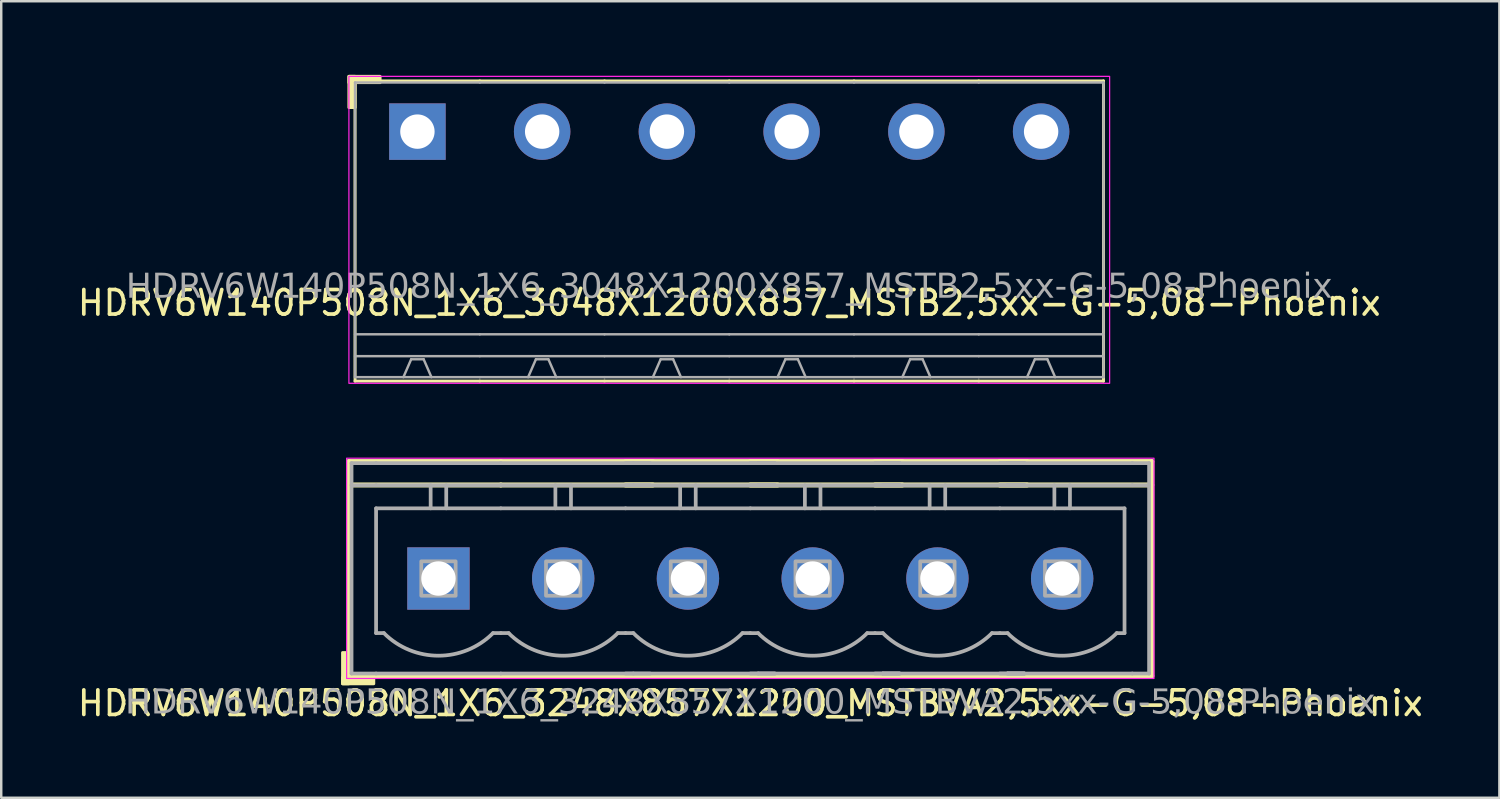
<source format=kicad_pcb>
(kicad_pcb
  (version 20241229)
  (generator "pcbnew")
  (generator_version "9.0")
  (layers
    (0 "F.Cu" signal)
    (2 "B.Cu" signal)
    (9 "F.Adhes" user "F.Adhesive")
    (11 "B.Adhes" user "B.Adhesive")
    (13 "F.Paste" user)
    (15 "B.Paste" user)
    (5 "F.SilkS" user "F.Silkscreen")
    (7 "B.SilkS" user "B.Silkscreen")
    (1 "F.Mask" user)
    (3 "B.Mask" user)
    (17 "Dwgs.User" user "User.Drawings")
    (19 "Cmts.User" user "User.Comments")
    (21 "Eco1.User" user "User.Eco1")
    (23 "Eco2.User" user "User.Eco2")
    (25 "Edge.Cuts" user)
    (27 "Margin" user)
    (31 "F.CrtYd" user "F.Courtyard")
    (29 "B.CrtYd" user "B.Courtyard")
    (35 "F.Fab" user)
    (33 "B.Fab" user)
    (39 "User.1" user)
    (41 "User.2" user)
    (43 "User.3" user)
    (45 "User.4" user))
  (footprint "HDRV6W140P508N_1X6_3048X1200X857_MSTB2,5xx-G-5,08-Phoenix"
    (layer "F.Cu")
    (at 26.649 2.31)
    (property "Reference" "HDRV6W140P508N_1X6_3048X1200X857_MSTB2,5xx-G-5,08-Phoenix" (at 0 6.975 0) (layer "F.SilkS") (effects (font (size 1 1) (thickness 0.15))))
    (attr through_hole)
    (fp_line (start -15.24 -2.065) (end -15.24 10.16) (stroke (width 0.12) (type solid)) (layer "F.SilkS"))
    (fp_line (start -15.24 10.16) (end -10.16 10.16) (stroke (width 0.12) (type solid)) (layer "F.SilkS"))
    (fp_line (start -10.16 -2.065) (end -15.24 -2.065) (stroke (width 0.12) (type solid)) (layer "F.SilkS"))
    (fp_line (start -10.16 -2.065) (end -5.08 -2.065) (stroke (width 0.12) (type solid)) (layer "F.SilkS"))
    (fp_line (start -5.08 -2.065) (end 0 -2.065) (stroke (width 0.12) (type solid)) (layer "F.SilkS"))
    (fp_line (start -5.08 10.16) (end -10.16 10.16) (stroke (width 0.12) (type solid)) (layer "F.SilkS"))
    (fp_line (start 0 -2.065) (end 5.08 -2.065) (stroke (width 0.12) (type solid)) (layer "F.SilkS"))
    (fp_line (start 0 10.16) (end -5.08 10.16) (stroke (width 0.12) (type solid)) (layer "F.SilkS"))
    (fp_line (start 5.08 -2.065) (end 10.16 -2.065) (stroke (width 0.12) (type solid)) (layer "F.SilkS"))
    (fp_line (start 5.08 10.16) (end 0 10.16) (stroke (width 0.12) (type solid)) (layer "F.SilkS"))
    (fp_line (start 10.16 -2.065) (end 15.24 -2.065) (stroke (width 0.12) (type solid)) (layer "F.SilkS"))
    (fp_line (start 10.16 10.16) (end 5.08 10.16) (stroke (width 0.12) (type solid)) (layer "F.SilkS"))
    (fp_line (start 15.24 -2.065) (end 15.24 10.16) (stroke (width 0.12) (type solid)) (layer "F.SilkS"))
    (fp_line (start 15.24 10.16) (end 10.16 10.16) (stroke (width 0.12) (type solid)) (layer "F.SilkS"))
    (fp_rect (start -15.49 -2.25) (end -15.236 -0.98) (stroke (width 0.12) (type solid)) (fill yes) (layer "F.SilkS"))
    (fp_rect (start -15.49 -2.25) (end -14.22 -1.996) (stroke (width 0.12) (type solid)) (fill yes) (layer "F.SilkS"))
    (fp_rect (start -15.49 -2.25) (end 15.49 10.25) (stroke (width 0.05) (type default)) (fill no) (layer "F.CrtYd"))
    (fp_line (start -15.24 -2) (end -15.24 10) (stroke (width 0.1) (type solid)) (layer "F.Fab"))
    (fp_line (start -12.954 9.271) (end -13.271 10) (stroke (width 0.1) (type default)) (layer "F.Fab"))
    (fp_line (start -12.446 9.271) (end -12.954 9.271) (stroke (width 0.1) (type default)) (layer "F.Fab"))
    (fp_line (start -12.446 9.271) (end -12.129 10) (stroke (width 0.1) (type default)) (layer "F.Fab"))
    (fp_line (start -10.16 -2) (end -15.24 -2) (stroke (width 0.1) (type solid)) (layer "F.Fab"))
    (fp_line (start -10.16 -2) (end -5.08 -2) (stroke (width 0.1) (type solid)) (layer "F.Fab"))
    (fp_line (start -10.16 8.255) (end -15.24 8.255) (stroke (width 0.1) (type solid)) (layer "F.Fab"))
    (fp_line (start -10.16 8.255) (end -5.08 8.255) (stroke (width 0.1) (type solid)) (layer "F.Fab"))
    (fp_line (start -10.16 9.144) (end -15.24 9.144) (stroke (width 0.1) (type solid)) (layer "F.Fab"))
    (fp_line (start -10.16 9.144) (end -5.08 9.144) (stroke (width 0.1) (type solid)) (layer "F.Fab"))
    (fp_line (start -10.16 10) (end -15.24 10) (stroke (width 0.1) (type solid)) (layer "F.Fab"))
    (fp_line (start -10.16 10) (end -5.08 10) (stroke (width 0.1) (type solid)) (layer "F.Fab"))
    (fp_line (start -7.874 9.271) (end -8.191 10) (stroke (width 0.1) (type default)) (layer "F.Fab"))
    (fp_line (start -7.366 9.271) (end -7.874 9.271) (stroke (width 0.1) (type default)) (layer "F.Fab"))
    (fp_line (start -7.366 9.271) (end -7.048 10) (stroke (width 0.1) (type default)) (layer "F.Fab"))
    (fp_line (start -5.08 -2) (end 0 -2) (stroke (width 0.1) (type solid)) (layer "F.Fab"))
    (fp_line (start -5.08 8.255) (end 0 8.255) (stroke (width 0.1) (type solid)) (layer "F.Fab"))
    (fp_line (start -5.08 9.144) (end 0 9.144) (stroke (width 0.1) (type solid)) (layer "F.Fab"))
    (fp_line (start -5.08 10) (end 0 10) (stroke (width 0.1) (type solid)) (layer "F.Fab"))
    (fp_line (start -2.794 9.271) (end -3.111 10) (stroke (width 0.1) (type default)) (layer "F.Fab"))
    (fp_line (start -2.286 9.271) (end -2.794 9.271) (stroke (width 0.1) (type default)) (layer "F.Fab"))
    (fp_line (start -2.286 9.271) (end -1.968 10) (stroke (width 0.1) (type default)) (layer "F.Fab"))
    (fp_line (start 0 -2) (end 5.08 -2) (stroke (width 0.1) (type solid)) (layer "F.Fab"))
    (fp_line (start 0 8.255) (end 5.08 8.255) (stroke (width 0.1) (type solid)) (layer "F.Fab"))
    (fp_line (start 0 9.144) (end 5.08 9.144) (stroke (width 0.1) (type solid)) (layer "F.Fab"))
    (fp_line (start 0 10) (end 5.08 10) (stroke (width 0.1) (type solid)) (layer "F.Fab"))
    (fp_line (start 2.286 9.271) (end 1.968 10) (stroke (width 0.1) (type default)) (layer "F.Fab"))
    (fp_line (start 2.794 9.271) (end 2.286 9.271) (stroke (width 0.1) (type default)) (layer "F.Fab"))
    (fp_line (start 2.794 9.271) (end 3.111 10) (stroke (width 0.1) (type default)) (layer "F.Fab"))
    (fp_line (start 5.08 -2) (end 10.16 -2) (stroke (width 0.1) (type solid)) (layer "F.Fab"))
    (fp_line (start 5.08 8.255) (end 10.16 8.255) (stroke (width 0.1) (type solid)) (layer "F.Fab"))
    (fp_line (start 5.08 9.144) (end 10.16 9.144) (stroke (width 0.1) (type solid)) (layer "F.Fab"))
    (fp_line (start 5.08 10) (end 10.16 10) (stroke (width 0.1) (type solid)) (layer "F.Fab"))
    (fp_line (start 7.366 9.271) (end 7.048 10) (stroke (width 0.1) (type default)) (layer "F.Fab"))
    (fp_line (start 7.874 9.271) (end 7.366 9.271) (stroke (width 0.1) (type default)) (layer "F.Fab"))
    (fp_line (start 7.874 9.271) (end 8.191 10) (stroke (width 0.1) (type default)) (layer "F.Fab"))
    (fp_line (start 10.16 -2) (end 15.24 -2) (stroke (width 0.1) (type solid)) (layer "F.Fab"))
    (fp_line (start 10.16 8.255) (end 15.24 8.255) (stroke (width 0.1) (type solid)) (layer "F.Fab"))
    (fp_line (start 10.16 9.144) (end 15.24 9.144) (stroke (width 0.1) (type solid)) (layer "F.Fab"))
    (fp_line (start 10.16 10) (end 15.24 10) (stroke (width 0.1) (type solid)) (layer "F.Fab"))
    (fp_line (start 12.446 9.271) (end 12.129 10) (stroke (width 0.1) (type default)) (layer "F.Fab"))
    (fp_line (start 12.954 9.271) (end 12.446 9.271) (stroke (width 0.1) (type default)) (layer "F.Fab"))
    (fp_line (start 12.954 9.271) (end 13.271 10) (stroke (width 0.1) (type default)) (layer "F.Fab"))
    (fp_line (start 15.24 -2) (end 15.24 10) (stroke (width 0.1) (type solid)) (layer "F.Fab"))
    (fp_rect (start -12.954 -0.254) (end -12.446 0.254) (stroke (width 0.1) (type solid)) (fill no) (layer "F.Fab"))
    (fp_rect (start -7.366 -0.254) (end -7.874 0.254) (stroke (width 0.1) (type solid)) (fill no) (layer "F.Fab"))
    (fp_rect (start -2.286 -0.254) (end -2.794 0.254) (stroke (width 0.1) (type solid)) (fill no) (layer "F.Fab"))
    (fp_rect (start 2.794 -0.254) (end 2.286 0.254) (stroke (width 0.1) (type solid)) (fill no) (layer "F.Fab"))
    (fp_rect (start 7.874 -0.254) (end 7.366 0.254) (stroke (width 0.1) (type solid)) (fill no) (layer "F.Fab"))
    (fp_rect (start 12.954 -0.254) (end 12.446 0.254) (stroke (width 0.1) (type solid)) (fill no) (layer "F.Fab"))
    (fp_text user "${REFERENCE}" (at 0 6.35 0) (layer "F.Fab") (effects (font (face "Tahoma") (size 1 1) (thickness 0.15))))
    (pad "1" thru_hole rect (at -12.7 0) (size 2.3 2.3) (drill 1.4) (layers "*.Cu" "*.Mask"))
    (pad "2" thru_hole circle (at -7.62 0) (size 2.3 2.3) (drill 1.4) (layers "*.Cu" "*.Mask"))
    (pad "3" thru_hole circle (at -2.54 0) (size 2.3 2.3) (drill 1.4) (layers "*.Cu" "*.Mask"))
    (pad "4" thru_hole circle (at 2.54 0) (size 2.3 2.3) (drill 1.4) (layers "*.Cu" "*.Mask"))
    (pad "5" thru_hole circle (at 7.62 0) (size 2.3 2.3) (drill 1.4) (layers "*.Cu" "*.Mask"))
    (pad "6" thru_hole circle (at 12.7 0) (size 2.3 2.3) (drill 1.4) (layers "*.Cu" "*.Mask")))
  (footprint "HDRV6W140P508N_1X6_3248X857X1200_MSTBVA2,5xx-G-5,08-Phoenix"
    (layer "F.Cu")
    (at 27.506 20.51)
    (property "Reference" "HDRV6W140P508N_1X6_3248X857X1200_MSTBVA2,5xx-G-5,08-Phoenix" (at 0 5.08 0) (layer "F.SilkS") (effects (font (size 1 1) (thickness 0.15))))
    (attr through_hole)
    (fp_line (start -16.351 -4.763) (end -16.351 3.969) (stroke (width 0.203) (type solid)) (layer "F.SilkS"))
    (fp_line (start -16.351 -4.763) (end -10.16 -4.763) (stroke (width 0.203) (type solid)) (layer "F.SilkS"))
    (fp_line (start -16.351 -3.81) (end -10.16 -3.81) (stroke (width 0.203) (type solid)) (layer "F.SilkS"))
    (fp_line (start -16.351 3.969) (end -10.16 3.969) (stroke (width 0.203) (type solid)) (layer "F.SilkS"))
    (fp_line (start -3.969 -4.763) (end -10.16 -4.763) (stroke (width 0.203) (type solid)) (layer "F.SilkS"))
    (fp_line (start -3.969 -3.81) (end -10.16 -3.81) (stroke (width 0.203) (type solid)) (layer "F.SilkS"))
    (fp_line (start -3.969 3.969) (end -10.16 3.969) (stroke (width 0.203) (type solid)) (layer "F.SilkS"))
    (fp_line (start 1.111 -4.763) (end -5.08 -4.763) (stroke (width 0.203) (type solid)) (layer "F.SilkS"))
    (fp_line (start 1.111 -3.81) (end -5.08 -3.81) (stroke (width 0.203) (type solid)) (layer "F.SilkS"))
    (fp_line (start 1.111 3.969) (end -5.08 3.969) (stroke (width 0.203) (type solid)) (layer "F.SilkS"))
    (fp_line (start 6.191 -4.763) (end 0 -4.763) (stroke (width 0.203) (type solid)) (layer "F.SilkS"))
    (fp_line (start 6.191 -3.81) (end 0 -3.81) (stroke (width 0.203) (type solid)) (layer "F.SilkS"))
    (fp_line (start 6.191 3.969) (end 0 3.969) (stroke (width 0.203) (type solid)) (layer "F.SilkS"))
    (fp_line (start 11.271 -4.763) (end 5.08 -4.763) (stroke (width 0.203) (type solid)) (layer "F.SilkS"))
    (fp_line (start 11.271 -3.81) (end 5.08 -3.81) (stroke (width 0.203) (type solid)) (layer "F.SilkS"))
    (fp_line (start 11.271 3.969) (end 5.08 3.969) (stroke (width 0.203) (type solid)) (layer "F.SilkS"))
    (fp_line (start 16.351 -4.763) (end 10.16 -4.763) (stroke (width 0.203) (type solid)) (layer "F.SilkS"))
    (fp_line (start 16.351 -4.763) (end 16.351 3.969) (stroke (width 0.203) (type solid)) (layer "F.SilkS"))
    (fp_line (start 16.351 -3.81) (end 10.16 -3.81) (stroke (width 0.203) (type solid)) (layer "F.SilkS"))
    (fp_line (start 16.351 3.969) (end 10.16 3.969) (stroke (width 0.203) (type solid)) (layer "F.SilkS"))
    (fp_rect (start -16.351 3.016) (end -16.605 4.286) (stroke (width 0.12) (type solid)) (fill yes) (layer "F.SilkS"))
    (fp_rect (start -15.335 4.286) (end -16.605 4.032) (stroke (width 0.12) (type solid)) (fill yes) (layer "F.SilkS"))
    (fp_rect (start -16.44 -4.9) (end 16.44 4.07) (stroke (width 0.05) (type default)) (fill no) (layer "F.CrtYd"))
    (fp_line (start -16.24 -4.7) (end -16.24 3.87) (stroke (width 0.152) (type solid)) (layer "F.Fab"))
    (fp_line (start -16.24 -3.8) (end -15.24 -3.8) (stroke (width 0.152) (type solid)) (layer "F.Fab"))
    (fp_line (start -15.24 -4.7) (end -16.24 -4.7) (stroke (width 0.152) (type solid)) (layer "F.Fab"))
    (fp_line (start -15.24 -4.7) (end -10.16 -4.7) (stroke (width 0.152) (type solid)) (layer "F.Fab"))
    (fp_line (start -15.24 -2.858) (end -10.16 -2.858) (stroke (width 0.152) (type default)) (layer "F.Fab"))
    (fp_line (start -15.24 2.222) (end -15.24 -2.858) (stroke (width 0.152) (type default)) (layer "F.Fab"))
    (fp_line (start -15.24 3.87) (end -16.24 3.87) (stroke (width 0.152) (type solid)) (layer "F.Fab"))
    (fp_line (start -15.24 3.87) (end -10.16 3.87) (stroke (width 0.152) (type solid)) (layer "F.Fab"))
    (fp_line (start -14.922 2.222) (end -15.24 2.222) (stroke (width 0.152) (type default)) (layer "F.Fab"))
    (fp_line (start -13.018 -3.8) (end -13.018 -2.858) (stroke (width 0.152) (type default)) (layer "F.Fab"))
    (fp_line (start -12.383 -3.8) (end -12.383 -2.858) (stroke (width 0.152) (type default)) (layer "F.Fab"))
    (fp_line (start -10.16 -4.7) (end -4.763 -4.7) (stroke (width 0.152) (type solid)) (layer "F.Fab"))
    (fp_line (start -10.16 -3.8) (end -15.24 -3.8) (stroke (width 0.152) (type solid)) (layer "F.Fab"))
    (fp_line (start -10.16 -2.858) (end -5.08 -2.858) (stroke (width 0.152) (type default)) (layer "F.Fab"))
    (fp_line (start -10.16 2.222) (end -10.477 2.222) (stroke (width 0.152) (type default)) (layer "F.Fab"))
    (fp_line (start -10.16 3.87) (end -4.763 3.87) (stroke (width 0.152) (type solid)) (layer "F.Fab"))
    (fp_line (start -9.842 2.222) (end -10.16 2.222) (stroke (width 0.152) (type default)) (layer "F.Fab"))
    (fp_line (start -7.938 -3.8) (end -7.938 -2.858) (stroke (width 0.152) (type default)) (layer "F.Fab"))
    (fp_line (start -7.303 -3.8) (end -7.303 -2.858) (stroke (width 0.152) (type default)) (layer "F.Fab"))
    (fp_line (start -5.08 -4.7) (end 0.318 -4.7) (stroke (width 0.152) (type solid)) (layer "F.Fab"))
    (fp_line (start -5.08 -2.858) (end 0 -2.858) (stroke (width 0.152) (type default)) (layer "F.Fab"))
    (fp_line (start -5.08 2.222) (end -5.397 2.222) (stroke (width 0.152) (type default)) (layer "F.Fab"))
    (fp_line (start -5.08 3.87) (end 0.318 3.87) (stroke (width 0.152) (type solid)) (layer "F.Fab"))
    (fp_line (start -4.763 -4.7) (end -4.08 -4.7) (stroke (width 0.152) (type solid)) (layer "F.Fab"))
    (fp_line (start -4.763 -3.8) (end -10.16 -3.8) (stroke (width 0.152) (type solid)) (layer "F.Fab"))
    (fp_line (start -4.763 2.222) (end -5.08 2.222) (stroke (width 0.152) (type default)) (layer "F.Fab"))
    (fp_line (start -4.763 3.87) (end -4.08 3.87) (stroke (width 0.152) (type solid)) (layer "F.Fab"))
    (fp_line (start -4.08 -3.8) (end -4.763 -3.8) (stroke (width 0.152) (type solid)) (layer "F.Fab"))
    (fp_line (start -2.857 -3.8) (end -2.857 -2.858) (stroke (width 0.152) (type default)) (layer "F.Fab"))
    (fp_line (start -2.223 -3.8) (end -2.223 -2.858) (stroke (width 0.152) (type default)) (layer "F.Fab"))
    (fp_line (start 0 -4.7) (end 5.397 -4.7) (stroke (width 0.152) (type solid)) (layer "F.Fab"))
    (fp_line (start 0 -2.857) (end 5.08 -2.857) (stroke (width 0.152) (type default)) (layer "F.Fab"))
    (fp_line (start 0 2.222) (end -0.318 2.222) (stroke (width 0.152) (type default)) (layer "F.Fab"))
    (fp_line (start 0 3.87) (end 5.397 3.87) (stroke (width 0.152) (type solid)) (layer "F.Fab"))
    (fp_line (start 0.318 -4.7) (end 1 -4.7) (stroke (width 0.152) (type solid)) (layer "F.Fab"))
    (fp_line (start 0.318 -4.7) (end 1 -4.7) (stroke (width 0.152) (type solid)) (layer "F.Fab"))
    (fp_line (start 0.318 -3.8) (end -5.08 -3.8) (stroke (width 0.152) (type solid)) (layer "F.Fab"))
    (fp_line (start 0.318 2.223) (end 0 2.223) (stroke (width 0.152) (type default)) (layer "F.Fab"))
    (fp_line (start 0.318 3.87) (end 1 3.87) (stroke (width 0.152) (type solid)) (layer "F.Fab"))
    (fp_line (start 0.318 3.87) (end 1 3.87) (stroke (width 0.152) (type solid)) (layer "F.Fab"))
    (fp_line (start 1 -3.8) (end 0.318 -3.8) (stroke (width 0.152) (type solid)) (layer "F.Fab"))
    (fp_line (start 1 -3.8) (end 0.318 -3.8) (stroke (width 0.152) (type solid)) (layer "F.Fab"))
    (fp_line (start 2.223 -3.8) (end 2.223 -2.857) (stroke (width 0.152) (type default)) (layer "F.Fab"))
    (fp_line (start 2.857 -3.8) (end 2.857 -2.857) (stroke (width 0.152) (type default)) (layer "F.Fab"))
    (fp_line (start 5.08 -4.7) (end 10.477 -4.7) (stroke (width 0.152) (type solid)) (layer "F.Fab"))
    (fp_line (start 5.08 -2.857) (end 10.16 -2.857) (stroke (width 0.152) (type default)) (layer "F.Fab"))
    (fp_line (start 5.08 2.223) (end 4.763 2.223) (stroke (width 0.152) (type default)) (layer "F.Fab"))
    (fp_line (start 5.08 3.87) (end 10.477 3.87) (stroke (width 0.152) (type solid)) (layer "F.Fab"))
    (fp_line (start 5.397 -4.7) (end 6.08 -4.7) (stroke (width 0.152) (type solid)) (layer "F.Fab"))
    (fp_line (start 5.397 -4.7) (end 6.08 -4.7) (stroke (width 0.152) (type solid)) (layer "F.Fab"))
    (fp_line (start 5.397 -4.7) (end 6.08 -4.7) (stroke (width 0.152) (type solid)) (layer "F.Fab"))
    (fp_line (start 5.397 -3.8) (end 0 -3.8) (stroke (width 0.152) (type solid)) (layer "F.Fab"))
    (fp_line (start 5.397 2.223) (end 5.08 2.223) (stroke (width 0.152) (type default)) (layer "F.Fab"))
    (fp_line (start 5.397 3.87) (end 6.08 3.87) (stroke (width 0.152) (type solid)) (layer "F.Fab"))
    (fp_line (start 5.397 3.87) (end 6.08 3.87) (stroke (width 0.152) (type solid)) (layer "F.Fab"))
    (fp_line (start 5.397 3.87) (end 6.08 3.87) (stroke (width 0.152) (type solid)) (layer "F.Fab"))
    (fp_line (start 6.08 -3.8) (end 5.397 -3.8) (stroke (width 0.152) (type solid)) (layer "F.Fab"))
    (fp_line (start 6.08 -3.8) (end 5.397 -3.8) (stroke (width 0.152) (type solid)) (layer "F.Fab"))
    (fp_line (start 6.08 -3.8) (end 5.397 -3.8) (stroke (width 0.152) (type solid)) (layer "F.Fab"))
    (fp_line (start 7.303 -3.8) (end 7.303 -2.857) (stroke (width 0.152) (type default)) (layer "F.Fab"))
    (fp_line (start 7.938 -3.8) (end 7.938 -2.857) (stroke (width 0.152) (type default)) (layer "F.Fab"))
    (fp_line (start 10.16 -4.7) (end 15.557 -4.7) (stroke (width 0.152) (type solid)) (layer "F.Fab"))
    (fp_line (start 10.16 -2.857) (end 15.24 -2.857) (stroke (width 0.152) (type default)) (layer "F.Fab"))
    (fp_line (start 10.16 2.223) (end 9.842 2.223) (stroke (width 0.152) (type default)) (layer "F.Fab"))
    (fp_line (start 10.16 3.87) (end 15.557 3.87) (stroke (width 0.152) (type solid)) (layer "F.Fab"))
    (fp_line (start 10.477 -4.7) (end 11.16 -4.7) (stroke (width 0.152) (type solid)) (layer "F.Fab"))
    (fp_line (start 10.477 -4.7) (end 11.16 -4.7) (stroke (width 0.152) (type solid)) (layer "F.Fab"))
    (fp_line (start 10.477 -4.7) (end 11.16 -4.7) (stroke (width 0.152) (type solid)) (layer "F.Fab"))
    (fp_line (start 10.477 -4.7) (end 11.16 -4.7) (stroke (width 0.152) (type solid)) (layer "F.Fab"))
    (fp_line (start 10.477 -3.8) (end 5.08 -3.8) (stroke (width 0.152) (type solid)) (layer "F.Fab"))
    (fp_line (start 10.477 2.223) (end 10.16 2.223) (stroke (width 0.152) (type default)) (layer "F.Fab"))
    (fp_line (start 10.477 3.87) (end 11.16 3.87) (stroke (width 0.152) (type solid)) (layer "F.Fab"))
    (fp_line (start 10.477 3.87) (end 11.16 3.87) (stroke (width 0.152) (type solid)) (layer "F.Fab"))
    (fp_line (start 10.477 3.87) (end 11.16 3.87) (stroke (width 0.152) (type solid)) (layer "F.Fab"))
    (fp_line (start 10.477 3.87) (end 11.16 3.87) (stroke (width 0.152) (type solid)) (layer "F.Fab"))
    (fp_line (start 11.16 -3.8) (end 10.477 -3.8) (stroke (width 0.152) (type solid)) (layer "F.Fab"))
    (fp_line (start 11.16 -3.8) (end 10.477 -3.8) (stroke (width 0.152) (type solid)) (layer "F.Fab"))
    (fp_line (start 11.16 -3.8) (end 10.477 -3.8) (stroke (width 0.152) (type solid)) (layer "F.Fab"))
    (fp_line (start 11.16 -3.8) (end 10.477 -3.8) (stroke (width 0.152) (type solid)) (layer "F.Fab"))
    (fp_line (start 12.383 -3.8) (end 12.383 -2.857) (stroke (width 0.152) (type default)) (layer "F.Fab"))
    (fp_line (start 13.018 -3.8) (end 13.018 -2.857) (stroke (width 0.152) (type default)) (layer "F.Fab"))
    (fp_line (start 15.24 2.223) (end 14.922 2.223) (stroke (width 0.152) (type default)) (layer "F.Fab"))
    (fp_line (start 15.24 2.223) (end 15.24 -2.857) (stroke (width 0.152) (type default)) (layer "F.Fab"))
    (fp_line (start 15.557 -4.7) (end 16.24 -4.7) (stroke (width 0.152) (type solid)) (layer "F.Fab"))
    (fp_line (start 15.557 -3.8) (end 10.16 -3.8) (stroke (width 0.152) (type solid)) (layer "F.Fab"))
    (fp_line (start 15.557 3.87) (end 16.24 3.87) (stroke (width 0.152) (type solid)) (layer "F.Fab"))
    (fp_line (start 16.24 -4.7) (end 16.24 3.87) (stroke (width 0.152) (type solid)) (layer "F.Fab"))
    (fp_line (start 16.24 -3.8) (end 15.557 -3.8) (stroke (width 0.152) (type solid)) (layer "F.Fab"))
    (fp_rect (start -12 -0.7) (end -13.4 0.7) (stroke (width 0.152) (type solid)) (fill no) (layer "F.Fab"))
    (fp_rect (start -6.92 -0.7) (end -8.32 0.7) (stroke (width 0.152) (type solid)) (fill no) (layer "F.Fab"))
    (fp_rect (start -1.84 -0.7) (end -3.24 0.7) (stroke (width 0.152) (type solid)) (fill no) (layer "F.Fab"))
    (fp_rect (start 3.24 -0.7) (end 1.84 0.7) (stroke (width 0.152) (type solid)) (fill no) (layer "F.Fab"))
    (fp_rect (start 8.32 -0.7) (end 6.92 0.7) (stroke (width 0.152) (type solid)) (fill no) (layer "F.Fab"))
    (fp_rect (start 13.4 -0.7) (end 12 0.7) (stroke (width 0.152) (type solid)) (fill no) (layer "F.Fab"))
    (fp_arc (start -10.4775 2.222492) (mid -12.7 3.143084) (end -14.9225 2.222492) (stroke (width 0.1524) (type default)) (layer "F.Fab"))
    (fp_arc (start -5.3975 2.222492) (mid -7.62 3.143084) (end -9.8425 2.222492) (stroke (width 0.1524) (type default)) (layer "F.Fab"))
    (fp_arc (start -0.3175 2.222484) (mid -2.54 3.143076) (end -4.7625 2.222484) (stroke (width 0.1524) (type default)) (layer "F.Fab"))
    (fp_arc (start 4.7625 2.2225) (mid 2.54 3.143092) (end 0.3175 2.2225) (stroke (width 0.1524) (type default)) (layer "F.Fab"))
    (fp_arc (start 9.8425 2.2225) (mid 7.62 3.143092) (end 5.3975 2.2225) (stroke (width 0.1524) (type default)) (layer "F.Fab"))
    (fp_arc (start 14.9225 2.2225) (mid 12.7 3.143092) (end 10.4775 2.2225) (stroke (width 0.1524) (type default)) (layer "F.Fab"))
    (fp_text user "${REFERENCE}" (at 0 5.08 0) (layer "F.Fab") (effects (font (face "Tahoma") (size 1 1) (thickness 0.15))))
    (pad "1" thru_hole rect (at -12.7 -0.000008) (size 2.54 2.54) (drill 1.4) (layers "*.Cu" "*.Mask"))
    (pad "2" thru_hole circle (at -7.62 -0.000008) (size 2.54 2.54) (drill 1.4) (layers "*.Cu" "*.Mask"))
    (pad "3" thru_hole circle (at -2.54 -0.000016) (size 2.54 2.54) (drill 1.4) (layers "*.Cu" "*.Mask"))
    (pad "4" thru_hole circle (at 2.54 0) (size 2.54 2.54) (drill 1.4) (layers "*.Cu" "*.Mask"))
    (pad "5" thru_hole circle (at 7.62 0) (size 2.54 2.54) (drill 1.4) (layers "*.Cu" "*.Mask"))
    (pad "6" thru_hole circle (at 12.7 0) (size 2.54 2.54) (drill 1.4) (layers "*.Cu" "*.Mask")))
  (gr_rect
    (start -3 -3)
    (end 58.012 29.438)
    (stroke (width 0.1) (type default))
    (fill no)
    (layer "Edge.Cuts")))
</source>
